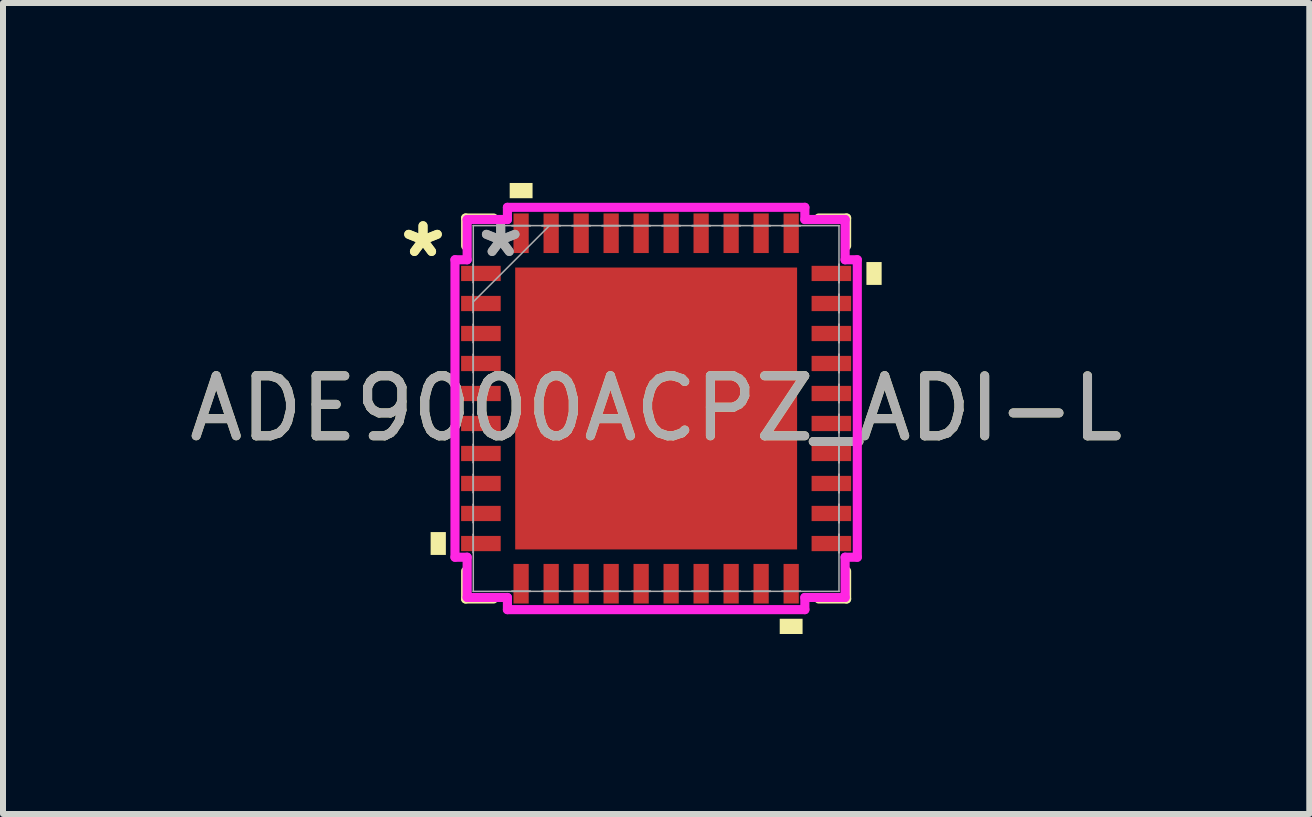
<source format=kicad_pcb>
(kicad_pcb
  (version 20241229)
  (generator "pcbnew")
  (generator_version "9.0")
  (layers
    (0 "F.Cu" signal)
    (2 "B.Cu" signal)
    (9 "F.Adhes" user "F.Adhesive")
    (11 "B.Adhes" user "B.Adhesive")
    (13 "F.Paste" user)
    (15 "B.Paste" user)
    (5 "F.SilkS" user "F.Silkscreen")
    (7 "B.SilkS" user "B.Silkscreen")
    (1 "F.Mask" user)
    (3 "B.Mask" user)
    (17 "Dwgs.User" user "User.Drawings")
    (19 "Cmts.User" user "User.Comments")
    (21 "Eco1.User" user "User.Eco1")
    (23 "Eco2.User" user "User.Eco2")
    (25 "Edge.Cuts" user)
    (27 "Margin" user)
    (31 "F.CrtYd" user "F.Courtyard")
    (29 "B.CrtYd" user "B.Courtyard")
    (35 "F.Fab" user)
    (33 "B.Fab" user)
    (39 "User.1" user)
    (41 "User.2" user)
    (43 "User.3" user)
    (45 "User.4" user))
  (footprint "ADE9000ACPZ_ADI-L"
    (layer "F.Cu")
    (at 7.887 3.759)
    (property "Reference" "ADE9000ACPZ_ADI-L" (at 0 0 0) (unlocked yes) (layer "F.SilkS") (effects (font (size 1 1) (thickness 0.15))))
    (attr smd)
    (fp_line (start -3.175 -3.175) (end -3.175 -2.71) (stroke (width 0.152) (type solid)) (layer "F.SilkS"))
    (fp_line (start -3.175 2.71) (end -3.175 3.175) (stroke (width 0.152) (type solid)) (layer "F.SilkS"))
    (fp_line (start -3.175 3.175) (end -2.71 3.175) (stroke (width 0.152) (type solid)) (layer "F.SilkS"))
    (fp_line (start -2.71 -3.175) (end -3.175 -3.175) (stroke (width 0.152) (type solid)) (layer "F.SilkS"))
    (fp_line (start 2.71 3.175) (end 3.175 3.175) (stroke (width 0.152) (type solid)) (layer "F.SilkS"))
    (fp_line (start 3.175 -3.175) (end 2.71 -3.175) (stroke (width 0.152) (type solid)) (layer "F.SilkS"))
    (fp_line (start 3.175 -2.71) (end 3.175 -3.175) (stroke (width 0.152) (type solid)) (layer "F.SilkS"))
    (fp_line (start 3.175 3.175) (end 3.175 2.71) (stroke (width 0.152) (type solid)) (layer "F.SilkS"))
    (fp_poly (pts (xy -3.759 2.06) (xy -3.759 2.441) (xy -3.505 2.441) (xy -3.505 2.06)) (stroke (width 0) (type solid)) (fill yes) (layer "F.SilkS"))
    (fp_poly (pts (xy -2.441 -3.505) (xy -2.441 -3.759) (xy -2.06 -3.759) (xy -2.06 -3.505)) (stroke (width 0) (type solid)) (fill yes) (layer "F.SilkS"))
    (fp_poly (pts (xy 2.06 3.505) (xy 2.06 3.759) (xy 2.441 3.759) (xy 2.441 3.505)) (stroke (width 0) (type solid)) (fill yes) (layer "F.SilkS"))
    (fp_poly (pts (xy 3.759 -2.441) (xy 3.759 -2.06) (xy 3.505 -2.06) (xy 3.505 -2.441)) (stroke (width 0) (type solid)) (fill yes) (layer "F.SilkS"))
    (fp_poly (pts (xy -2.249 -2.249) (xy -2.249 -0.883) (xy -0.883 -0.883) (xy -0.883 -2.249)) (stroke (width 0) (type solid)) (fill yes) (layer "F.Paste"))
    (fp_poly (pts (xy -2.249 -0.683) (xy -2.249 0.683) (xy -0.883 0.683) (xy -0.883 -0.683)) (stroke (width 0) (type solid)) (fill yes) (layer "F.Paste"))
    (fp_poly (pts (xy -2.249 0.883) (xy -2.249 2.249) (xy -0.883 2.249) (xy -0.883 0.883)) (stroke (width 0) (type solid)) (fill yes) (layer "F.Paste"))
    (fp_poly (pts (xy -0.683 -2.249) (xy -0.683 -0.883) (xy 0.683 -0.883) (xy 0.683 -2.249)) (stroke (width 0) (type solid)) (fill yes) (layer "F.Paste"))
    (fp_poly (pts (xy -0.683 -0.683) (xy -0.683 0.683) (xy 0.683 0.683) (xy 0.683 -0.683)) (stroke (width 0) (type solid)) (fill yes) (layer "F.Paste"))
    (fp_poly (pts (xy -0.683 0.883) (xy -0.683 2.249) (xy 0.683 2.249) (xy 0.683 0.883)) (stroke (width 0) (type solid)) (fill yes) (layer "F.Paste"))
    (fp_poly (pts (xy 0.883 -2.249) (xy 0.883 -0.883) (xy 2.249 -0.883) (xy 2.249 -2.249)) (stroke (width 0) (type solid)) (fill yes) (layer "F.Paste"))
    (fp_poly (pts (xy 0.883 -0.683) (xy 0.883 0.683) (xy 2.249 0.683) (xy 2.249 -0.683)) (stroke (width 0) (type solid)) (fill yes) (layer "F.Paste"))
    (fp_poly (pts (xy 0.883 0.883) (xy 0.883 2.249) (xy 2.249 2.249) (xy 2.249 0.883)) (stroke (width 0) (type solid)) (fill yes) (layer "F.Paste"))
    (fp_line (start -3.353 -2.479) (end -3.15 -2.479) (stroke (width 0.152) (type solid)) (layer "F.CrtYd"))
    (fp_line (start -3.353 2.479) (end -3.353 -2.479) (stroke (width 0.152) (type solid)) (layer "F.CrtYd"))
    (fp_line (start -3.15 -3.15) (end -2.479 -3.15) (stroke (width 0.152) (type solid)) (layer "F.CrtYd"))
    (fp_line (start -3.15 -2.479) (end -3.15 -3.15) (stroke (width 0.152) (type solid)) (layer "F.CrtYd"))
    (fp_line (start -3.15 2.479) (end -3.353 2.479) (stroke (width 0.152) (type solid)) (layer "F.CrtYd"))
    (fp_line (start -3.15 3.15) (end -3.15 2.479) (stroke (width 0.152) (type solid)) (layer "F.CrtYd"))
    (fp_line (start -2.479 -3.353) (end 2.479 -3.353) (stroke (width 0.152) (type solid)) (layer "F.CrtYd"))
    (fp_line (start -2.479 -3.15) (end -2.479 -3.353) (stroke (width 0.152) (type solid)) (layer "F.CrtYd"))
    (fp_line (start -2.479 3.15) (end -3.15 3.15) (stroke (width 0.152) (type solid)) (layer "F.CrtYd"))
    (fp_line (start -2.479 3.353) (end -2.479 3.15) (stroke (width 0.152) (type solid)) (layer "F.CrtYd"))
    (fp_line (start 2.479 -3.353) (end 2.479 -3.15) (stroke (width 0.152) (type solid)) (layer "F.CrtYd"))
    (fp_line (start 2.479 -3.15) (end 3.15 -3.15) (stroke (width 0.152) (type solid)) (layer "F.CrtYd"))
    (fp_line (start 2.479 3.15) (end 2.479 3.353) (stroke (width 0.152) (type solid)) (layer "F.CrtYd"))
    (fp_line (start 2.479 3.353) (end -2.479 3.353) (stroke (width 0.152) (type solid)) (layer "F.CrtYd"))
    (fp_line (start 3.15 -3.15) (end 3.15 -2.479) (stroke (width 0.152) (type solid)) (layer "F.CrtYd"))
    (fp_line (start 3.15 -2.479) (end 3.353 -2.479) (stroke (width 0.152) (type solid)) (layer "F.CrtYd"))
    (fp_line (start 3.15 2.479) (end 3.15 3.15) (stroke (width 0.152) (type solid)) (layer "F.CrtYd"))
    (fp_line (start 3.15 3.15) (end 2.479 3.15) (stroke (width 0.152) (type solid)) (layer "F.CrtYd"))
    (fp_line (start 3.353 -2.479) (end 3.353 2.479) (stroke (width 0.152) (type solid)) (layer "F.CrtYd"))
    (fp_line (start 3.353 2.479) (end 3.15 2.479) (stroke (width 0.152) (type solid)) (layer "F.CrtYd"))
    (fp_line (start -3.048 -3.048) (end -3.048 -3.048) (stroke (width 0.025) (type solid)) (layer "F.Fab"))
    (fp_line (start -3.048 -3.048) (end -3.048 3.048) (stroke (width 0.025) (type solid)) (layer "F.Fab"))
    (fp_line (start -3.048 -2.403) (end -3.048 -2.403) (stroke (width 0.025) (type solid)) (layer "F.Fab"))
    (fp_line (start -3.048 -2.403) (end -3.048 -2.098) (stroke (width 0.025) (type solid)) (layer "F.Fab"))
    (fp_line (start -3.048 -2.098) (end -3.048 -2.403) (stroke (width 0.025) (type solid)) (layer "F.Fab"))
    (fp_line (start -3.048 -2.098) (end -3.048 -2.098) (stroke (width 0.025) (type solid)) (layer "F.Fab"))
    (fp_line (start -3.048 -1.903) (end -3.048 -1.903) (stroke (width 0.025) (type solid)) (layer "F.Fab"))
    (fp_line (start -3.048 -1.903) (end -3.048 -1.598) (stroke (width 0.025) (type solid)) (layer "F.Fab"))
    (fp_line (start -3.048 -1.778) (end -1.778 -3.048) (stroke (width 0.025) (type solid)) (layer "F.Fab"))
    (fp_line (start -3.048 -1.598) (end -3.048 -1.903) (stroke (width 0.025) (type solid)) (layer "F.Fab"))
    (fp_line (start -3.048 -1.598) (end -3.048 -1.598) (stroke (width 0.025) (type solid)) (layer "F.Fab"))
    (fp_line (start -3.048 -1.403) (end -3.048 -1.403) (stroke (width 0.025) (type solid)) (layer "F.Fab"))
    (fp_line (start -3.048 -1.403) (end -3.048 -1.098) (stroke (width 0.025) (type solid)) (layer "F.Fab"))
    (fp_line (start -3.048 -1.098) (end -3.048 -1.403) (stroke (width 0.025) (type solid)) (layer "F.Fab"))
    (fp_line (start -3.048 -1.098) (end -3.048 -1.098) (stroke (width 0.025) (type solid)) (layer "F.Fab"))
    (fp_line (start -3.048 -0.903) (end -3.048 -0.903) (stroke (width 0.025) (type solid)) (layer "F.Fab"))
    (fp_line (start -3.048 -0.903) (end -3.048 -0.598) (stroke (width 0.025) (type solid)) (layer "F.Fab"))
    (fp_line (start -3.048 -0.598) (end -3.048 -0.903) (stroke (width 0.025) (type solid)) (layer "F.Fab"))
    (fp_line (start -3.048 -0.598) (end -3.048 -0.598) (stroke (width 0.025) (type solid)) (layer "F.Fab"))
    (fp_line (start -3.048 -0.402) (end -3.048 -0.402) (stroke (width 0.025) (type solid)) (layer "F.Fab"))
    (fp_line (start -3.048 -0.402) (end -3.048 -0.098) (stroke (width 0.025) (type solid)) (layer "F.Fab"))
    (fp_line (start -3.048 -0.098) (end -3.048 -0.402) (stroke (width 0.025) (type solid)) (layer "F.Fab"))
    (fp_line (start -3.048 -0.098) (end -3.048 -0.098) (stroke (width 0.025) (type solid)) (layer "F.Fab"))
    (fp_line (start -3.048 0.098) (end -3.048 0.098) (stroke (width 0.025) (type solid)) (layer "F.Fab"))
    (fp_line (start -3.048 0.098) (end -3.048 0.402) (stroke (width 0.025) (type solid)) (layer "F.Fab"))
    (fp_line (start -3.048 0.402) (end -3.048 0.098) (stroke (width 0.025) (type solid)) (layer "F.Fab"))
    (fp_line (start -3.048 0.402) (end -3.048 0.402) (stroke (width 0.025) (type solid)) (layer "F.Fab"))
    (fp_line (start -3.048 0.598) (end -3.048 0.598) (stroke (width 0.025) (type solid)) (layer "F.Fab"))
    (fp_line (start -3.048 0.598) (end -3.048 0.903) (stroke (width 0.025) (type solid)) (layer "F.Fab"))
    (fp_line (start -3.048 0.903) (end -3.048 0.598) (stroke (width 0.025) (type solid)) (layer "F.Fab"))
    (fp_line (start -3.048 0.903) (end -3.048 0.903) (stroke (width 0.025) (type solid)) (layer "F.Fab"))
    (fp_line (start -3.048 1.098) (end -3.048 1.098) (stroke (width 0.025) (type solid)) (layer "F.Fab"))
    (fp_line (start -3.048 1.098) (end -3.048 1.403) (stroke (width 0.025) (type solid)) (layer "F.Fab"))
    (fp_line (start -3.048 1.403) (end -3.048 1.098) (stroke (width 0.025) (type solid)) (layer "F.Fab"))
    (fp_line (start -3.048 1.403) (end -3.048 1.403) (stroke (width 0.025) (type solid)) (layer "F.Fab"))
    (fp_line (start -3.048 1.598) (end -3.048 1.598) (stroke (width 0.025) (type solid)) (layer "F.Fab"))
    (fp_line (start -3.048 1.598) (end -3.048 1.903) (stroke (width 0.025) (type solid)) (layer "F.Fab"))
    (fp_line (start -3.048 1.903) (end -3.048 1.598) (stroke (width 0.025) (type solid)) (layer "F.Fab"))
    (fp_line (start -3.048 1.903) (end -3.048 1.903) (stroke (width 0.025) (type solid)) (layer "F.Fab"))
    (fp_line (start -3.048 2.098) (end -3.048 2.098) (stroke (width 0.025) (type solid)) (layer "F.Fab"))
    (fp_line (start -3.048 2.098) (end -3.048 2.403) (stroke (width 0.025) (type solid)) (layer "F.Fab"))
    (fp_line (start -3.048 2.403) (end -3.048 2.098) (stroke (width 0.025) (type solid)) (layer "F.Fab"))
    (fp_line (start -3.048 2.403) (end -3.048 2.403) (stroke (width 0.025) (type solid)) (layer "F.Fab"))
    (fp_line (start -3.048 3.048) (end -3.048 3.048) (stroke (width 0.025) (type solid)) (layer "F.Fab"))
    (fp_line (start -3.048 3.048) (end 3.048 3.048) (stroke (width 0.025) (type solid)) (layer "F.Fab"))
    (fp_line (start -2.403 -3.048) (end -2.403 -3.048) (stroke (width 0.025) (type solid)) (layer "F.Fab"))
    (fp_line (start -2.403 -3.048) (end -2.098 -3.048) (stroke (width 0.025) (type solid)) (layer "F.Fab"))
    (fp_line (start -2.403 3.048) (end -2.403 3.048) (stroke (width 0.025) (type solid)) (layer "F.Fab"))
    (fp_line (start -2.403 3.048) (end -2.098 3.048) (stroke (width 0.025) (type solid)) (layer "F.Fab"))
    (fp_line (start -2.098 -3.048) (end -2.403 -3.048) (stroke (width 0.025) (type solid)) (layer "F.Fab"))
    (fp_line (start -2.098 -3.048) (end -2.098 -3.048) (stroke (width 0.025) (type solid)) (layer "F.Fab"))
    (fp_line (start -2.098 3.048) (end -2.403 3.048) (stroke (width 0.025) (type solid)) (layer "F.Fab"))
    (fp_line (start -2.098 3.048) (end -2.098 3.048) (stroke (width 0.025) (type solid)) (layer "F.Fab"))
    (fp_line (start -1.903 -3.048) (end -1.903 -3.048) (stroke (width 0.025) (type solid)) (layer "F.Fab"))
    (fp_line (start -1.903 -3.048) (end -1.598 -3.048) (stroke (width 0.025) (type solid)) (layer "F.Fab"))
    (fp_line (start -1.903 3.048) (end -1.903 3.048) (stroke (width 0.025) (type solid)) (layer "F.Fab"))
    (fp_line (start -1.903 3.048) (end -1.598 3.048) (stroke (width 0.025) (type solid)) (layer "F.Fab"))
    (fp_line (start -1.598 -3.048) (end -1.903 -3.048) (stroke (width 0.025) (type solid)) (layer "F.Fab"))
    (fp_line (start -1.598 -3.048) (end -1.598 -3.048) (stroke (width 0.025) (type solid)) (layer "F.Fab"))
    (fp_line (start -1.598 3.048) (end -1.903 3.048) (stroke (width 0.025) (type solid)) (layer "F.Fab"))
    (fp_line (start -1.598 3.048) (end -1.598 3.048) (stroke (width 0.025) (type solid)) (layer "F.Fab"))
    (fp_line (start -1.403 -3.048) (end -1.403 -3.048) (stroke (width 0.025) (type solid)) (layer "F.Fab"))
    (fp_line (start -1.403 -3.048) (end -1.098 -3.048) (stroke (width 0.025) (type solid)) (layer "F.Fab"))
    (fp_line (start -1.403 3.048) (end -1.403 3.048) (stroke (width 0.025) (type solid)) (layer "F.Fab"))
    (fp_line (start -1.403 3.048) (end -1.098 3.048) (stroke (width 0.025) (type solid)) (layer "F.Fab"))
    (fp_line (start -1.098 -3.048) (end -1.403 -3.048) (stroke (width 0.025) (type solid)) (layer "F.Fab"))
    (fp_line (start -1.098 -3.048) (end -1.098 -3.048) (stroke (width 0.025) (type solid)) (layer "F.Fab"))
    (fp_line (start -1.098 3.048) (end -1.403 3.048) (stroke (width 0.025) (type solid)) (layer "F.Fab"))
    (fp_line (start -1.098 3.048) (end -1.098 3.048) (stroke (width 0.025) (type solid)) (layer "F.Fab"))
    (fp_line (start -0.903 -3.048) (end -0.903 -3.048) (stroke (width 0.025) (type solid)) (layer "F.Fab"))
    (fp_line (start -0.903 -3.048) (end -0.598 -3.048) (stroke (width 0.025) (type solid)) (layer "F.Fab"))
    (fp_line (start -0.903 3.048) (end -0.903 3.048) (stroke (width 0.025) (type solid)) (layer "F.Fab"))
    (fp_line (start -0.903 3.048) (end -0.598 3.048) (stroke (width 0.025) (type solid)) (layer "F.Fab"))
    (fp_line (start -0.598 -3.048) (end -0.903 -3.048) (stroke (width 0.025) (type solid)) (layer "F.Fab"))
    (fp_line (start -0.598 -3.048) (end -0.598 -3.048) (stroke (width 0.025) (type solid)) (layer "F.Fab"))
    (fp_line (start -0.598 3.048) (end -0.903 3.048) (stroke (width 0.025) (type solid)) (layer "F.Fab"))
    (fp_line (start -0.598 3.048) (end -0.598 3.048) (stroke (width 0.025) (type solid)) (layer "F.Fab"))
    (fp_line (start -0.402 -3.048) (end -0.402 -3.048) (stroke (width 0.025) (type solid)) (layer "F.Fab"))
    (fp_line (start -0.402 -3.048) (end -0.098 -3.048) (stroke (width 0.025) (type solid)) (layer "F.Fab"))
    (fp_line (start -0.402 3.048) (end -0.402 3.048) (stroke (width 0.025) (type solid)) (layer "F.Fab"))
    (fp_line (start -0.402 3.048) (end -0.098 3.048) (stroke (width 0.025) (type solid)) (layer "F.Fab"))
    (fp_line (start -0.098 -3.048) (end -0.402 -3.048) (stroke (width 0.025) (type solid)) (layer "F.Fab"))
    (fp_line (start -0.098 -3.048) (end -0.098 -3.048) (stroke (width 0.025) (type solid)) (layer "F.Fab"))
    (fp_line (start -0.098 3.048) (end -0.402 3.048) (stroke (width 0.025) (type solid)) (layer "F.Fab"))
    (fp_line (start -0.098 3.048) (end -0.098 3.048) (stroke (width 0.025) (type solid)) (layer "F.Fab"))
    (fp_line (start 0.098 -3.048) (end 0.098 -3.048) (stroke (width 0.025) (type solid)) (layer "F.Fab"))
    (fp_line (start 0.098 -3.048) (end 0.402 -3.048) (stroke (width 0.025) (type solid)) (layer "F.Fab"))
    (fp_line (start 0.098 3.048) (end 0.098 3.048) (stroke (width 0.025) (type solid)) (layer "F.Fab"))
    (fp_line (start 0.098 3.048) (end 0.402 3.048) (stroke (width 0.025) (type solid)) (layer "F.Fab"))
    (fp_line (start 0.402 -3.048) (end 0.098 -3.048) (stroke (width 0.025) (type solid)) (layer "F.Fab"))
    (fp_line (start 0.402 -3.048) (end 0.402 -3.048) (stroke (width 0.025) (type solid)) (layer "F.Fab"))
    (fp_line (start 0.402 3.048) (end 0.098 3.048) (stroke (width 0.025) (type solid)) (layer "F.Fab"))
    (fp_line (start 0.402 3.048) (end 0.402 3.048) (stroke (width 0.025) (type solid)) (layer "F.Fab"))
    (fp_line (start 0.598 -3.048) (end 0.598 -3.048) (stroke (width 0.025) (type solid)) (layer "F.Fab"))
    (fp_line (start 0.598 -3.048) (end 0.903 -3.048) (stroke (width 0.025) (type solid)) (layer "F.Fab"))
    (fp_line (start 0.598 3.048) (end 0.598 3.048) (stroke (width 0.025) (type solid)) (layer "F.Fab"))
    (fp_line (start 0.598 3.048) (end 0.903 3.048) (stroke (width 0.025) (type solid)) (layer "F.Fab"))
    (fp_line (start 0.903 -3.048) (end 0.598 -3.048) (stroke (width 0.025) (type solid)) (layer "F.Fab"))
    (fp_line (start 0.903 -3.048) (end 0.903 -3.048) (stroke (width 0.025) (type solid)) (layer "F.Fab"))
    (fp_line (start 0.903 3.048) (end 0.598 3.048) (stroke (width 0.025) (type solid)) (layer "F.Fab"))
    (fp_line (start 0.903 3.048) (end 0.903 3.048) (stroke (width 0.025) (type solid)) (layer "F.Fab"))
    (fp_line (start 1.098 -3.048) (end 1.098 -3.048) (stroke (width 0.025) (type solid)) (layer "F.Fab"))
    (fp_line (start 1.098 -3.048) (end 1.403 -3.048) (stroke (width 0.025) (type solid)) (layer "F.Fab"))
    (fp_line (start 1.098 3.048) (end 1.098 3.048) (stroke (width 0.025) (type solid)) (layer "F.Fab"))
    (fp_line (start 1.098 3.048) (end 1.403 3.048) (stroke (width 0.025) (type solid)) (layer "F.Fab"))
    (fp_line (start 1.403 -3.048) (end 1.098 -3.048) (stroke (width 0.025) (type solid)) (layer "F.Fab"))
    (fp_line (start 1.403 -3.048) (end 1.403 -3.048) (stroke (width 0.025) (type solid)) (layer "F.Fab"))
    (fp_line (start 1.403 3.048) (end 1.098 3.048) (stroke (width 0.025) (type solid)) (layer "F.Fab"))
    (fp_line (start 1.403 3.048) (end 1.403 3.048) (stroke (width 0.025) (type solid)) (layer "F.Fab"))
    (fp_line (start 1.598 -3.048) (end 1.598 -3.048) (stroke (width 0.025) (type solid)) (layer "F.Fab"))
    (fp_line (start 1.598 -3.048) (end 1.903 -3.048) (stroke (width 0.025) (type solid)) (layer "F.Fab"))
    (fp_line (start 1.598 3.048) (end 1.598 3.048) (stroke (width 0.025) (type solid)) (layer "F.Fab"))
    (fp_line (start 1.598 3.048) (end 1.903 3.048) (stroke (width 0.025) (type solid)) (layer "F.Fab"))
    (fp_line (start 1.903 -3.048) (end 1.598 -3.048) (stroke (width 0.025) (type solid)) (layer "F.Fab"))
    (fp_line (start 1.903 -3.048) (end 1.903 -3.048) (stroke (width 0.025) (type solid)) (layer "F.Fab"))
    (fp_line (start 1.903 3.048) (end 1.598 3.048) (stroke (width 0.025) (type solid)) (layer "F.Fab"))
    (fp_line (start 1.903 3.048) (end 1.903 3.048) (stroke (width 0.025) (type solid)) (layer "F.Fab"))
    (fp_line (start 2.098 -3.048) (end 2.098 -3.048) (stroke (width 0.025) (type solid)) (layer "F.Fab"))
    (fp_line (start 2.098 -3.048) (end 2.403 -3.048) (stroke (width 0.025) (type solid)) (layer "F.Fab"))
    (fp_line (start 2.098 3.048) (end 2.098 3.048) (stroke (width 0.025) (type solid)) (layer "F.Fab"))
    (fp_line (start 2.098 3.048) (end 2.403 3.048) (stroke (width 0.025) (type solid)) (layer "F.Fab"))
    (fp_line (start 2.403 -3.048) (end 2.098 -3.048) (stroke (width 0.025) (type solid)) (layer "F.Fab"))
    (fp_line (start 2.403 -3.048) (end 2.403 -3.048) (stroke (width 0.025) (type solid)) (layer "F.Fab"))
    (fp_line (start 2.403 3.048) (end 2.098 3.048) (stroke (width 0.025) (type solid)) (layer "F.Fab"))
    (fp_line (start 2.403 3.048) (end 2.403 3.048) (stroke (width 0.025) (type solid)) (layer "F.Fab"))
    (fp_line (start 3.048 -3.048) (end -3.048 -3.048) (stroke (width 0.025) (type solid)) (layer "F.Fab"))
    (fp_line (start 3.048 -3.048) (end 3.048 -3.048) (stroke (width 0.025) (type solid)) (layer "F.Fab"))
    (fp_line (start 3.048 -2.403) (end 3.048 -2.403) (stroke (width 0.025) (type solid)) (layer "F.Fab"))
    (fp_line (start 3.048 -2.403) (end 3.048 -2.098) (stroke (width 0.025) (type solid)) (layer "F.Fab"))
    (fp_line (start 3.048 -2.098) (end 3.048 -2.403) (stroke (width 0.025) (type solid)) (layer "F.Fab"))
    (fp_line (start 3.048 -2.098) (end 3.048 -2.098) (stroke (width 0.025) (type solid)) (layer "F.Fab"))
    (fp_line (start 3.048 -1.903) (end 3.048 -1.903) (stroke (width 0.025) (type solid)) (layer "F.Fab"))
    (fp_line (start 3.048 -1.903) (end 3.048 -1.598) (stroke (width 0.025) (type solid)) (layer "F.Fab"))
    (fp_line (start 3.048 -1.598) (end 3.048 -1.903) (stroke (width 0.025) (type solid)) (layer "F.Fab"))
    (fp_line (start 3.048 -1.598) (end 3.048 -1.598) (stroke (width 0.025) (type solid)) (layer "F.Fab"))
    (fp_line (start 3.048 -1.403) (end 3.048 -1.403) (stroke (width 0.025) (type solid)) (layer "F.Fab"))
    (fp_line (start 3.048 -1.403) (end 3.048 -1.098) (stroke (width 0.025) (type solid)) (layer "F.Fab"))
    (fp_line (start 3.048 -1.098) (end 3.048 -1.403) (stroke (width 0.025) (type solid)) (layer "F.Fab"))
    (fp_line (start 3.048 -1.098) (end 3.048 -1.098) (stroke (width 0.025) (type solid)) (layer "F.Fab"))
    (fp_line (start 3.048 -0.903) (end 3.048 -0.903) (stroke (width 0.025) (type solid)) (layer "F.Fab"))
    (fp_line (start 3.048 -0.903) (end 3.048 -0.598) (stroke (width 0.025) (type solid)) (layer "F.Fab"))
    (fp_line (start 3.048 -0.598) (end 3.048 -0.903) (stroke (width 0.025) (type solid)) (layer "F.Fab"))
    (fp_line (start 3.048 -0.598) (end 3.048 -0.598) (stroke (width 0.025) (type solid)) (layer "F.Fab"))
    (fp_line (start 3.048 -0.402) (end 3.048 -0.402) (stroke (width 0.025) (type solid)) (layer "F.Fab"))
    (fp_line (start 3.048 -0.402) (end 3.048 -0.098) (stroke (width 0.025) (type solid)) (layer "F.Fab"))
    (fp_line (start 3.048 -0.098) (end 3.048 -0.402) (stroke (width 0.025) (type solid)) (layer "F.Fab"))
    (fp_line (start 3.048 -0.098) (end 3.048 -0.098) (stroke (width 0.025) (type solid)) (layer "F.Fab"))
    (fp_line (start 3.048 0.098) (end 3.048 0.098) (stroke (width 0.025) (type solid)) (layer "F.Fab"))
    (fp_line (start 3.048 0.098) (end 3.048 0.402) (stroke (width 0.025) (type solid)) (layer "F.Fab"))
    (fp_line (start 3.048 0.402) (end 3.048 0.098) (stroke (width 0.025) (type solid)) (layer "F.Fab"))
    (fp_line (start 3.048 0.402) (end 3.048 0.402) (stroke (width 0.025) (type solid)) (layer "F.Fab"))
    (fp_line (start 3.048 0.598) (end 3.048 0.598) (stroke (width 0.025) (type solid)) (layer "F.Fab"))
    (fp_line (start 3.048 0.598) (end 3.048 0.903) (stroke (width 0.025) (type solid)) (layer "F.Fab"))
    (fp_line (start 3.048 0.903) (end 3.048 0.598) (stroke (width 0.025) (type solid)) (layer "F.Fab"))
    (fp_line (start 3.048 0.903) (end 3.048 0.903) (stroke (width 0.025) (type solid)) (layer "F.Fab"))
    (fp_line (start 3.048 1.098) (end 3.048 1.098) (stroke (width 0.025) (type solid)) (layer "F.Fab"))
    (fp_line (start 3.048 1.098) (end 3.048 1.403) (stroke (width 0.025) (type solid)) (layer "F.Fab"))
    (fp_line (start 3.048 1.403) (end 3.048 1.098) (stroke (width 0.025) (type solid)) (layer "F.Fab"))
    (fp_line (start 3.048 1.403) (end 3.048 1.403) (stroke (width 0.025) (type solid)) (layer "F.Fab"))
    (fp_line (start 3.048 1.598) (end 3.048 1.598) (stroke (width 0.025) (type solid)) (layer "F.Fab"))
    (fp_line (start 3.048 1.598) (end 3.048 1.903) (stroke (width 0.025) (type solid)) (layer "F.Fab"))
    (fp_line (start 3.048 1.903) (end 3.048 1.598) (stroke (width 0.025) (type solid)) (layer "F.Fab"))
    (fp_line (start 3.048 1.903) (end 3.048 1.903) (stroke (width 0.025) (type solid)) (layer "F.Fab"))
    (fp_line (start 3.048 2.098) (end 3.048 2.098) (stroke (width 0.025) (type solid)) (layer "F.Fab"))
    (fp_line (start 3.048 2.098) (end 3.048 2.403) (stroke (width 0.025) (type solid)) (layer "F.Fab"))
    (fp_line (start 3.048 2.403) (end 3.048 2.098) (stroke (width 0.025) (type solid)) (layer "F.Fab"))
    (fp_line (start 3.048 2.403) (end 3.048 2.403) (stroke (width 0.025) (type solid)) (layer "F.Fab"))
    (fp_line (start 3.048 3.048) (end 3.048 -3.048) (stroke (width 0.025) (type solid)) (layer "F.Fab"))
    (fp_line (start 3.048 3.048) (end 3.048 3.048) (stroke (width 0.025) (type solid)) (layer "F.Fab"))
    (fp_text user "*" (at -3.886 -2.501 0) (layer "F.SilkS") (effects (font (size 1 1) (thickness 0.15))))
    (fp_text user "*" (at -3.886 -2.501 0) (unlocked yes) (layer "F.SilkS") (effects (font (size 1 1) (thickness 0.15))))
    (fp_text user "*" (at -2.591 -2.501 0) (unlocked yes) (layer "F.Fab") (effects (font (size 1 1) (thickness 0.15))))
    (fp_text user "${REFERENCE}" (at 0 0 0) (unlocked yes) (layer "F.Fab") (effects (font (size 1 1) (thickness 0.15))))
    (fp_text user "*" (at -2.591 -2.501 0) (layer "F.Fab") (effects (font (size 1 1) (thickness 0.15))))
    (pad "1" smd rect (at -2.921 -2.251 90) (size 0.254 0.66) (layers "F.Cu" "F.Mask" "F.Paste"))
    (pad "2" smd rect (at -2.921 -1.75 90) (size 0.254 0.66) (layers "F.Cu" "F.Mask" "F.Paste"))
    (pad "3" smd rect (at -2.921 -1.25 90) (size 0.254 0.66) (layers "F.Cu" "F.Mask" "F.Paste"))
    (pad "4" smd rect (at -2.921 -0.75 90) (size 0.254 0.66) (layers "F.Cu" "F.Mask" "F.Paste"))
    (pad "5" smd rect (at -2.921 -0.25 90) (size 0.254 0.66) (layers "F.Cu" "F.Mask" "F.Paste"))
    (pad "6" smd rect (at -2.921 0.25 90) (size 0.254 0.66) (layers "F.Cu" "F.Mask" "F.Paste"))
    (pad "7" smd rect (at -2.921 0.75 90) (size 0.254 0.66) (layers "F.Cu" "F.Mask" "F.Paste"))
    (pad "8" smd rect (at -2.921 1.25 90) (size 0.254 0.66) (layers "F.Cu" "F.Mask" "F.Paste"))
    (pad "9" smd rect (at -2.921 1.75 90) (size 0.254 0.66) (layers "F.Cu" "F.Mask" "F.Paste"))
    (pad "10" smd rect (at -2.921 2.251 90) (size 0.254 0.66) (layers "F.Cu" "F.Mask" "F.Paste"))
    (pad "11" smd rect (at -2.251 2.921) (size 0.254 0.66) (layers "F.Cu" "F.Mask" "F.Paste"))
    (pad "12" smd rect (at -1.75 2.921) (size 0.254 0.66) (layers "F.Cu" "F.Mask" "F.Paste"))
    (pad "13" smd rect (at -1.25 2.921) (size 0.254 0.66) (layers "F.Cu" "F.Mask" "F.Paste"))
    (pad "14" smd rect (at -0.75 2.921) (size 0.254 0.66) (layers "F.Cu" "F.Mask" "F.Paste"))
    (pad "15" smd rect (at -0.25 2.921) (size 0.254 0.66) (layers "F.Cu" "F.Mask" "F.Paste"))
    (pad "16" smd rect (at 0.25 2.921) (size 0.254 0.66) (layers "F.Cu" "F.Mask" "F.Paste"))
    (pad "17" smd rect (at 0.75 2.921) (size 0.254 0.66) (layers "F.Cu" "F.Mask" "F.Paste"))
    (pad "18" smd rect (at 1.25 2.921) (size 0.254 0.66) (layers "F.Cu" "F.Mask" "F.Paste"))
    (pad "19" smd rect (at 1.75 2.921) (size 0.254 0.66) (layers "F.Cu" "F.Mask" "F.Paste"))
    (pad "20" smd rect (at 2.251 2.921) (size 0.254 0.66) (layers "F.Cu" "F.Mask" "F.Paste"))
    (pad "21" smd rect (at 2.921 2.251 90) (size 0.254 0.66) (layers "F.Cu" "F.Mask" "F.Paste"))
    (pad "22" smd rect (at 2.921 1.75 90) (size 0.254 0.66) (layers "F.Cu" "F.Mask" "F.Paste"))
    (pad "23" smd rect (at 2.921 1.25 90) (size 0.254 0.66) (layers "F.Cu" "F.Mask" "F.Paste"))
    (pad "24" smd rect (at 2.921 0.75 90) (size 0.254 0.66) (layers "F.Cu" "F.Mask" "F.Paste"))
    (pad "25" smd rect (at 2.921 0.25 90) (size 0.254 0.66) (layers "F.Cu" "F.Mask" "F.Paste"))
    (pad "26" smd rect (at 2.921 -0.25 90) (size 0.254 0.66) (layers "F.Cu" "F.Mask" "F.Paste"))
    (pad "27" smd rect (at 2.921 -0.75 90) (size 0.254 0.66) (layers "F.Cu" "F.Mask" "F.Paste"))
    (pad "28" smd rect (at 2.921 -1.25 90) (size 0.254 0.66) (layers "F.Cu" "F.Mask" "F.Paste"))
    (pad "29" smd rect (at 2.921 -1.75 90) (size 0.254 0.66) (layers "F.Cu" "F.Mask" "F.Paste"))
    (pad "30" smd rect (at 2.921 -2.251 90) (size 0.254 0.66) (layers "F.Cu" "F.Mask" "F.Paste"))
    (pad "31" smd rect (at 2.251 -2.921) (size 0.254 0.66) (layers "F.Cu" "F.Mask" "F.Paste"))
    (pad "32" smd rect (at 1.75 -2.921) (size 0.254 0.66) (layers "F.Cu" "F.Mask" "F.Paste"))
    (pad "33" smd rect (at 1.25 -2.921) (size 0.254 0.66) (layers "F.Cu" "F.Mask" "F.Paste"))
    (pad "34" smd rect (at 0.75 -2.921) (size 0.254 0.66) (layers "F.Cu" "F.Mask" "F.Paste"))
    (pad "35" smd rect (at 0.25 -2.921) (size 0.254 0.66) (layers "F.Cu" "F.Mask" "F.Paste"))
    (pad "36" smd rect (at -0.25 -2.921) (size 0.254 0.66) (layers "F.Cu" "F.Mask" "F.Paste"))
    (pad "37" smd rect (at -0.75 -2.921) (size 0.254 0.66) (layers "F.Cu" "F.Mask" "F.Paste"))
    (pad "38" smd rect (at -1.25 -2.921) (size 0.254 0.66) (layers "F.Cu" "F.Mask" "F.Paste"))
    (pad "39" smd rect (at -1.75 -2.921) (size 0.254 0.66) (layers "F.Cu" "F.Mask" "F.Paste"))
    (pad "40" smd rect (at -2.251 -2.921) (size 0.254 0.66) (layers "F.Cu" "F.Mask" "F.Paste"))
    (pad "41" smd rect (at 0 0) (size 4.699 4.699) (layers "F.Cu" "F.Mask")))
  (gr_rect
    (start -3 -3)
    (end 18.774 10.518)
    (stroke (width 0.1) (type default))
    (fill no)
    (layer "Edge.Cuts")))
</source>
